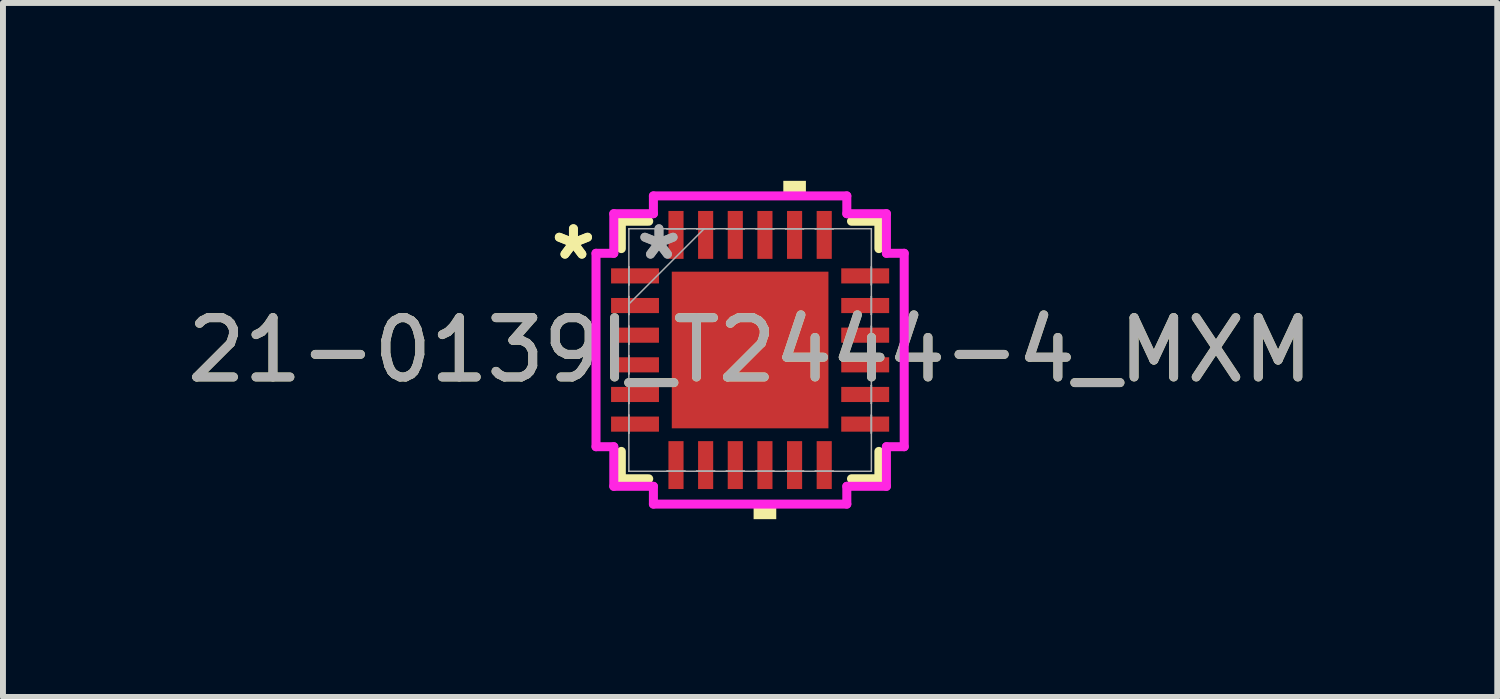
<source format=kicad_pcb>
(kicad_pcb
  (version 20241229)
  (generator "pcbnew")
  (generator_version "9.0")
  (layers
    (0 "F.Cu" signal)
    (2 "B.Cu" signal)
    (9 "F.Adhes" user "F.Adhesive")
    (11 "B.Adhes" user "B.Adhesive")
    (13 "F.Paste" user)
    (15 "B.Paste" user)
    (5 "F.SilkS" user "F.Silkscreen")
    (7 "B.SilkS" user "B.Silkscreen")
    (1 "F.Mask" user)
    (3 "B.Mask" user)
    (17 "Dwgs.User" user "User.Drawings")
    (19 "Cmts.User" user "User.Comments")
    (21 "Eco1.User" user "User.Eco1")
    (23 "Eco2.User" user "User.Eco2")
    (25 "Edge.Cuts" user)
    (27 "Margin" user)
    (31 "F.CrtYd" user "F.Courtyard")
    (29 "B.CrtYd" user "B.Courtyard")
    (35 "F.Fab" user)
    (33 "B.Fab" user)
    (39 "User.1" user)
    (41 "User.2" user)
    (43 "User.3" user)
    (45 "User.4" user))
  (footprint "21-0139I_T2444-4_MXM"
    (layer "F.Cu")
    (at 9.601 2.853)
    (property "Reference" "21-0139I_T2444-4_MXM" (at 0 0 0) (unlocked yes) (layer "F.SilkS") (effects (font (size 1 1) (thickness 0.15))))
    (attr smd)
    (fp_line (start -2.172 -2.172) (end -2.172 -1.71) (stroke (width 0.152) (type solid)) (layer "F.SilkS"))
    (fp_line (start -2.172 1.71) (end -2.172 2.172) (stroke (width 0.152) (type solid)) (layer "F.SilkS"))
    (fp_line (start -2.172 2.172) (end -1.71 2.172) (stroke (width 0.152) (type solid)) (layer "F.SilkS"))
    (fp_line (start -1.71 -2.172) (end -2.172 -2.172) (stroke (width 0.152) (type solid)) (layer "F.SilkS"))
    (fp_line (start 1.71 2.172) (end 2.172 2.172) (stroke (width 0.152) (type solid)) (layer "F.SilkS"))
    (fp_line (start 2.172 -2.172) (end 1.71 -2.172) (stroke (width 0.152) (type solid)) (layer "F.SilkS"))
    (fp_line (start 2.172 -1.71) (end 2.172 -2.172) (stroke (width 0.152) (type solid)) (layer "F.SilkS"))
    (fp_line (start 2.172 2.172) (end 2.172 1.71) (stroke (width 0.152) (type solid)) (layer "F.SilkS"))
    (fp_poly (pts (xy 0.059 2.599) (xy 0.059 2.853) (xy 0.441 2.853) (xy 0.441 2.599)) (stroke (width 0) (type solid)) (fill yes) (layer "F.SilkS"))
    (fp_poly (pts (xy 0.56 -2.599) (xy 0.56 -2.853) (xy 0.941 -2.853) (xy 0.941 -2.599)) (stroke (width 0) (type solid)) (fill yes) (layer "F.SilkS"))
    (fp_poly (pts (xy -1.221 -1.221) (xy -1.221 -0.1) (xy -0.1 -0.1) (xy -0.1 -1.221)) (stroke (width 0) (type solid)) (fill yes) (layer "F.Paste"))
    (fp_poly (pts (xy -1.221 0.1) (xy -1.221 1.221) (xy -0.1 1.221) (xy -0.1 0.1)) (stroke (width 0) (type solid)) (fill yes) (layer "F.Paste"))
    (fp_poly (pts (xy 0.1 -1.221) (xy 0.1 -0.1) (xy 1.221 -0.1) (xy 1.221 -1.221)) (stroke (width 0) (type solid)) (fill yes) (layer "F.Paste"))
    (fp_poly (pts (xy 0.1 0.1) (xy 0.1 1.221) (xy 1.221 1.221) (xy 1.221 0.1)) (stroke (width 0) (type solid)) (fill yes) (layer "F.Paste"))
    (fp_line (start -2.599 -1.631) (end -2.299 -1.631) (stroke (width 0.152) (type solid)) (layer "F.CrtYd"))
    (fp_line (start -2.599 1.631) (end -2.599 -1.631) (stroke (width 0.152) (type solid)) (layer "F.CrtYd"))
    (fp_line (start -2.299 -2.299) (end -1.631 -2.299) (stroke (width 0.152) (type solid)) (layer "F.CrtYd"))
    (fp_line (start -2.299 -1.631) (end -2.299 -2.299) (stroke (width 0.152) (type solid)) (layer "F.CrtYd"))
    (fp_line (start -2.299 1.631) (end -2.599 1.631) (stroke (width 0.152) (type solid)) (layer "F.CrtYd"))
    (fp_line (start -2.299 2.299) (end -2.299 1.631) (stroke (width 0.152) (type solid)) (layer "F.CrtYd"))
    (fp_line (start -1.631 -2.599) (end 1.631 -2.599) (stroke (width 0.152) (type solid)) (layer "F.CrtYd"))
    (fp_line (start -1.631 -2.299) (end -1.631 -2.599) (stroke (width 0.152) (type solid)) (layer "F.CrtYd"))
    (fp_line (start -1.631 2.299) (end -2.299 2.299) (stroke (width 0.152) (type solid)) (layer "F.CrtYd"))
    (fp_line (start -1.631 2.599) (end -1.631 2.299) (stroke (width 0.152) (type solid)) (layer "F.CrtYd"))
    (fp_line (start 1.631 -2.599) (end 1.631 -2.299) (stroke (width 0.152) (type solid)) (layer "F.CrtYd"))
    (fp_line (start 1.631 -2.299) (end 2.299 -2.299) (stroke (width 0.152) (type solid)) (layer "F.CrtYd"))
    (fp_line (start 1.631 2.299) (end 1.631 2.599) (stroke (width 0.152) (type solid)) (layer "F.CrtYd"))
    (fp_line (start 1.631 2.599) (end -1.631 2.599) (stroke (width 0.152) (type solid)) (layer "F.CrtYd"))
    (fp_line (start 2.299 -2.299) (end 2.299 -1.631) (stroke (width 0.152) (type solid)) (layer "F.CrtYd"))
    (fp_line (start 2.299 -1.631) (end 2.599 -1.631) (stroke (width 0.152) (type solid)) (layer "F.CrtYd"))
    (fp_line (start 2.299 1.631) (end 2.299 2.299) (stroke (width 0.152) (type solid)) (layer "F.CrtYd"))
    (fp_line (start 2.299 2.299) (end 1.631 2.299) (stroke (width 0.152) (type solid)) (layer "F.CrtYd"))
    (fp_line (start 2.599 -1.631) (end 2.599 1.631) (stroke (width 0.152) (type solid)) (layer "F.CrtYd"))
    (fp_line (start 2.599 1.631) (end 2.299 1.631) (stroke (width 0.152) (type solid)) (layer "F.CrtYd"))
    (fp_line (start -2.045 -2.045) (end -2.045 -2.045) (stroke (width 0.025) (type solid)) (layer "F.Fab"))
    (fp_line (start -2.045 -2.045) (end -2.045 2.045) (stroke (width 0.025) (type solid)) (layer "F.Fab"))
    (fp_line (start -2.045 -1.402) (end -2.045 -1.402) (stroke (width 0.025) (type solid)) (layer "F.Fab"))
    (fp_line (start -2.045 -1.402) (end -2.045 -1.098) (stroke (width 0.025) (type solid)) (layer "F.Fab"))
    (fp_line (start -2.045 -1.098) (end -2.045 -1.402) (stroke (width 0.025) (type solid)) (layer "F.Fab"))
    (fp_line (start -2.045 -1.098) (end -2.045 -1.098) (stroke (width 0.025) (type solid)) (layer "F.Fab"))
    (fp_line (start -2.045 -0.902) (end -2.045 -0.902) (stroke (width 0.025) (type solid)) (layer "F.Fab"))
    (fp_line (start -2.045 -0.902) (end -2.045 -0.598) (stroke (width 0.025) (type solid)) (layer "F.Fab"))
    (fp_line (start -2.045 -0.775) (end -0.775 -2.045) (stroke (width 0.025) (type solid)) (layer "F.Fab"))
    (fp_line (start -2.045 -0.598) (end -2.045 -0.902) (stroke (width 0.025) (type solid)) (layer "F.Fab"))
    (fp_line (start -2.045 -0.598) (end -2.045 -0.598) (stroke (width 0.025) (type solid)) (layer "F.Fab"))
    (fp_line (start -2.045 -0.402) (end -2.045 -0.402) (stroke (width 0.025) (type solid)) (layer "F.Fab"))
    (fp_line (start -2.045 -0.402) (end -2.045 -0.098) (stroke (width 0.025) (type solid)) (layer "F.Fab"))
    (fp_line (start -2.045 -0.098) (end -2.045 -0.402) (stroke (width 0.025) (type solid)) (layer "F.Fab"))
    (fp_line (start -2.045 -0.098) (end -2.045 -0.098) (stroke (width 0.025) (type solid)) (layer "F.Fab"))
    (fp_line (start -2.045 0.098) (end -2.045 0.098) (stroke (width 0.025) (type solid)) (layer "F.Fab"))
    (fp_line (start -2.045 0.098) (end -2.045 0.402) (stroke (width 0.025) (type solid)) (layer "F.Fab"))
    (fp_line (start -2.045 0.402) (end -2.045 0.098) (stroke (width 0.025) (type solid)) (layer "F.Fab"))
    (fp_line (start -2.045 0.402) (end -2.045 0.402) (stroke (width 0.025) (type solid)) (layer "F.Fab"))
    (fp_line (start -2.045 0.598) (end -2.045 0.598) (stroke (width 0.025) (type solid)) (layer "F.Fab"))
    (fp_line (start -2.045 0.598) (end -2.045 0.902) (stroke (width 0.025) (type solid)) (layer "F.Fab"))
    (fp_line (start -2.045 0.902) (end -2.045 0.598) (stroke (width 0.025) (type solid)) (layer "F.Fab"))
    (fp_line (start -2.045 0.902) (end -2.045 0.902) (stroke (width 0.025) (type solid)) (layer "F.Fab"))
    (fp_line (start -2.045 1.098) (end -2.045 1.098) (stroke (width 0.025) (type solid)) (layer "F.Fab"))
    (fp_line (start -2.045 1.098) (end -2.045 1.402) (stroke (width 0.025) (type solid)) (layer "F.Fab"))
    (fp_line (start -2.045 1.402) (end -2.045 1.098) (stroke (width 0.025) (type solid)) (layer "F.Fab"))
    (fp_line (start -2.045 1.402) (end -2.045 1.402) (stroke (width 0.025) (type solid)) (layer "F.Fab"))
    (fp_line (start -2.045 2.045) (end -2.045 2.045) (stroke (width 0.025) (type solid)) (layer "F.Fab"))
    (fp_line (start -2.045 2.045) (end 2.045 2.045) (stroke (width 0.025) (type solid)) (layer "F.Fab"))
    (fp_line (start -1.402 -2.045) (end -1.402 -2.045) (stroke (width 0.025) (type solid)) (layer "F.Fab"))
    (fp_line (start -1.402 -2.045) (end -1.098 -2.045) (stroke (width 0.025) (type solid)) (layer "F.Fab"))
    (fp_line (start -1.402 2.045) (end -1.402 2.045) (stroke (width 0.025) (type solid)) (layer "F.Fab"))
    (fp_line (start -1.402 2.045) (end -1.098 2.045) (stroke (width 0.025) (type solid)) (layer "F.Fab"))
    (fp_line (start -1.098 -2.045) (end -1.402 -2.045) (stroke (width 0.025) (type solid)) (layer "F.Fab"))
    (fp_line (start -1.098 -2.045) (end -1.098 -2.045) (stroke (width 0.025) (type solid)) (layer "F.Fab"))
    (fp_line (start -1.098 2.045) (end -1.402 2.045) (stroke (width 0.025) (type solid)) (layer "F.Fab"))
    (fp_line (start -1.098 2.045) (end -1.098 2.045) (stroke (width 0.025) (type solid)) (layer "F.Fab"))
    (fp_line (start -0.902 -2.045) (end -0.902 -2.045) (stroke (width 0.025) (type solid)) (layer "F.Fab"))
    (fp_line (start -0.902 -2.045) (end -0.598 -2.045) (stroke (width 0.025) (type solid)) (layer "F.Fab"))
    (fp_line (start -0.902 2.045) (end -0.902 2.045) (stroke (width 0.025) (type solid)) (layer "F.Fab"))
    (fp_line (start -0.902 2.045) (end -0.598 2.045) (stroke (width 0.025) (type solid)) (layer "F.Fab"))
    (fp_line (start -0.598 -2.045) (end -0.902 -2.045) (stroke (width 0.025) (type solid)) (layer "F.Fab"))
    (fp_line (start -0.598 -2.045) (end -0.598 -2.045) (stroke (width 0.025) (type solid)) (layer "F.Fab"))
    (fp_line (start -0.598 2.045) (end -0.902 2.045) (stroke (width 0.025) (type solid)) (layer "F.Fab"))
    (fp_line (start -0.598 2.045) (end -0.598 2.045) (stroke (width 0.025) (type solid)) (layer "F.Fab"))
    (fp_line (start -0.402 -2.045) (end -0.402 -2.045) (stroke (width 0.025) (type solid)) (layer "F.Fab"))
    (fp_line (start -0.402 -2.045) (end -0.098 -2.045) (stroke (width 0.025) (type solid)) (layer "F.Fab"))
    (fp_line (start -0.402 2.045) (end -0.402 2.045) (stroke (width 0.025) (type solid)) (layer "F.Fab"))
    (fp_line (start -0.402 2.045) (end -0.098 2.045) (stroke (width 0.025) (type solid)) (layer "F.Fab"))
    (fp_line (start -0.098 -2.045) (end -0.402 -2.045) (stroke (width 0.025) (type solid)) (layer "F.Fab"))
    (fp_line (start -0.098 -2.045) (end -0.098 -2.045) (stroke (width 0.025) (type solid)) (layer "F.Fab"))
    (fp_line (start -0.098 2.045) (end -0.402 2.045) (stroke (width 0.025) (type solid)) (layer "F.Fab"))
    (fp_line (start -0.098 2.045) (end -0.098 2.045) (stroke (width 0.025) (type solid)) (layer "F.Fab"))
    (fp_line (start 0.098 -2.045) (end 0.098 -2.045) (stroke (width 0.025) (type solid)) (layer "F.Fab"))
    (fp_line (start 0.098 -2.045) (end 0.402 -2.045) (stroke (width 0.025) (type solid)) (layer "F.Fab"))
    (fp_line (start 0.098 2.045) (end 0.098 2.045) (stroke (width 0.025) (type solid)) (layer "F.Fab"))
    (fp_line (start 0.098 2.045) (end 0.402 2.045) (stroke (width 0.025) (type solid)) (layer "F.Fab"))
    (fp_line (start 0.402 -2.045) (end 0.098 -2.045) (stroke (width 0.025) (type solid)) (layer "F.Fab"))
    (fp_line (start 0.402 -2.045) (end 0.402 -2.045) (stroke (width 0.025) (type solid)) (layer "F.Fab"))
    (fp_line (start 0.402 2.045) (end 0.098 2.045) (stroke (width 0.025) (type solid)) (layer "F.Fab"))
    (fp_line (start 0.402 2.045) (end 0.402 2.045) (stroke (width 0.025) (type solid)) (layer "F.Fab"))
    (fp_line (start 0.598 -2.045) (end 0.598 -2.045) (stroke (width 0.025) (type solid)) (layer "F.Fab"))
    (fp_line (start 0.598 -2.045) (end 0.902 -2.045) (stroke (width 0.025) (type solid)) (layer "F.Fab"))
    (fp_line (start 0.598 2.045) (end 0.598 2.045) (stroke (width 0.025) (type solid)) (layer "F.Fab"))
    (fp_line (start 0.598 2.045) (end 0.902 2.045) (stroke (width 0.025) (type solid)) (layer "F.Fab"))
    (fp_line (start 0.902 -2.045) (end 0.598 -2.045) (stroke (width 0.025) (type solid)) (layer "F.Fab"))
    (fp_line (start 0.902 -2.045) (end 0.902 -2.045) (stroke (width 0.025) (type solid)) (layer "F.Fab"))
    (fp_line (start 0.902 2.045) (end 0.598 2.045) (stroke (width 0.025) (type solid)) (layer "F.Fab"))
    (fp_line (start 0.902 2.045) (end 0.902 2.045) (stroke (width 0.025) (type solid)) (layer "F.Fab"))
    (fp_line (start 1.098 -2.045) (end 1.098 -2.045) (stroke (width 0.025) (type solid)) (layer "F.Fab"))
    (fp_line (start 1.098 -2.045) (end 1.402 -2.045) (stroke (width 0.025) (type solid)) (layer "F.Fab"))
    (fp_line (start 1.098 2.045) (end 1.098 2.045) (stroke (width 0.025) (type solid)) (layer "F.Fab"))
    (fp_line (start 1.098 2.045) (end 1.402 2.045) (stroke (width 0.025) (type solid)) (layer "F.Fab"))
    (fp_line (start 1.402 -2.045) (end 1.098 -2.045) (stroke (width 0.025) (type solid)) (layer "F.Fab"))
    (fp_line (start 1.402 -2.045) (end 1.402 -2.045) (stroke (width 0.025) (type solid)) (layer "F.Fab"))
    (fp_line (start 1.402 2.045) (end 1.098 2.045) (stroke (width 0.025) (type solid)) (layer "F.Fab"))
    (fp_line (start 1.402 2.045) (end 1.402 2.045) (stroke (width 0.025) (type solid)) (layer "F.Fab"))
    (fp_line (start 2.045 -2.045) (end -2.045 -2.045) (stroke (width 0.025) (type solid)) (layer "F.Fab"))
    (fp_line (start 2.045 -2.045) (end 2.045 -2.045) (stroke (width 0.025) (type solid)) (layer "F.Fab"))
    (fp_line (start 2.045 -1.402) (end 2.045 -1.402) (stroke (width 0.025) (type solid)) (layer "F.Fab"))
    (fp_line (start 2.045 -1.402) (end 2.045 -1.098) (stroke (width 0.025) (type solid)) (layer "F.Fab"))
    (fp_line (start 2.045 -1.098) (end 2.045 -1.402) (stroke (width 0.025) (type solid)) (layer "F.Fab"))
    (fp_line (start 2.045 -1.098) (end 2.045 -1.098) (stroke (width 0.025) (type solid)) (layer "F.Fab"))
    (fp_line (start 2.045 -0.902) (end 2.045 -0.902) (stroke (width 0.025) (type solid)) (layer "F.Fab"))
    (fp_line (start 2.045 -0.902) (end 2.045 -0.598) (stroke (width 0.025) (type solid)) (layer "F.Fab"))
    (fp_line (start 2.045 -0.598) (end 2.045 -0.902) (stroke (width 0.025) (type solid)) (layer "F.Fab"))
    (fp_line (start 2.045 -0.598) (end 2.045 -0.598) (stroke (width 0.025) (type solid)) (layer "F.Fab"))
    (fp_line (start 2.045 -0.402) (end 2.045 -0.402) (stroke (width 0.025) (type solid)) (layer "F.Fab"))
    (fp_line (start 2.045 -0.402) (end 2.045 -0.098) (stroke (width 0.025) (type solid)) (layer "F.Fab"))
    (fp_line (start 2.045 -0.098) (end 2.045 -0.402) (stroke (width 0.025) (type solid)) (layer "F.Fab"))
    (fp_line (start 2.045 -0.098) (end 2.045 -0.098) (stroke (width 0.025) (type solid)) (layer "F.Fab"))
    (fp_line (start 2.045 0.098) (end 2.045 0.098) (stroke (width 0.025) (type solid)) (layer "F.Fab"))
    (fp_line (start 2.045 0.098) (end 2.045 0.402) (stroke (width 0.025) (type solid)) (layer "F.Fab"))
    (fp_line (start 2.045 0.402) (end 2.045 0.098) (stroke (width 0.025) (type solid)) (layer "F.Fab"))
    (fp_line (start 2.045 0.402) (end 2.045 0.402) (stroke (width 0.025) (type solid)) (layer "F.Fab"))
    (fp_line (start 2.045 0.598) (end 2.045 0.598) (stroke (width 0.025) (type solid)) (layer "F.Fab"))
    (fp_line (start 2.045 0.598) (end 2.045 0.902) (stroke (width 0.025) (type solid)) (layer "F.Fab"))
    (fp_line (start 2.045 0.902) (end 2.045 0.598) (stroke (width 0.025) (type solid)) (layer "F.Fab"))
    (fp_line (start 2.045 0.902) (end 2.045 0.902) (stroke (width 0.025) (type solid)) (layer "F.Fab"))
    (fp_line (start 2.045 1.098) (end 2.045 1.098) (stroke (width 0.025) (type solid)) (layer "F.Fab"))
    (fp_line (start 2.045 1.098) (end 2.045 1.402) (stroke (width 0.025) (type solid)) (layer "F.Fab"))
    (fp_line (start 2.045 1.402) (end 2.045 1.098) (stroke (width 0.025) (type solid)) (layer "F.Fab"))
    (fp_line (start 2.045 1.402) (end 2.045 1.402) (stroke (width 0.025) (type solid)) (layer "F.Fab"))
    (fp_line (start 2.045 2.045) (end 2.045 -2.045) (stroke (width 0.025) (type solid)) (layer "F.Fab"))
    (fp_line (start 2.045 2.045) (end 2.045 2.045) (stroke (width 0.025) (type solid)) (layer "F.Fab"))
    (fp_text user "*" (at -2.98 -1.5 0) (layer "F.SilkS") (effects (font (size 1 1) (thickness 0.15))))
    (fp_text user "*" (at -2.98 -1.5 0) (unlocked yes) (layer "F.SilkS") (effects (font (size 1 1) (thickness 0.15))))
    (fp_text user "${REFERENCE}" (at 0 0 0) (unlocked yes) (layer "F.Fab") (effects (font (size 1 1) (thickness 0.15))))
    (fp_text user "*" (at -1.537 -1.5 0) (layer "F.Fab") (effects (font (size 1 1) (thickness 0.15))))
    (fp_text user "*" (at -1.537 -1.5 0) (unlocked yes) (layer "F.Fab") (effects (font (size 1 1) (thickness 0.15))))
    (pad "1" smd rect (at -1.941 -1.25 90) (size 0.255 0.808) (layers "F.Cu" "F.Mask" "F.Paste"))
    (pad "2" smd rect (at -1.941 -0.75 90) (size 0.255 0.808) (layers "F.Cu" "F.Mask" "F.Paste"))
    (pad "3" smd rect (at -1.941 -0.25 90) (size 0.255 0.808) (layers "F.Cu" "F.Mask" "F.Paste"))
    (pad "4" smd rect (at -1.941 0.25 90) (size 0.255 0.808) (layers "F.Cu" "F.Mask" "F.Paste"))
    (pad "5" smd rect (at -1.941 0.75 90) (size 0.255 0.808) (layers "F.Cu" "F.Mask" "F.Paste"))
    (pad "6" smd rect (at -1.941 1.25 90) (size 0.255 0.808) (layers "F.Cu" "F.Mask" "F.Paste"))
    (pad "7" smd rect (at -1.25 1.941) (size 0.255 0.808) (layers "F.Cu" "F.Mask" "F.Paste"))
    (pad "8" smd rect (at -0.75 1.941) (size 0.255 0.808) (layers "F.Cu" "F.Mask" "F.Paste"))
    (pad "9" smd rect (at -0.25 1.941) (size 0.255 0.808) (layers "F.Cu" "F.Mask" "F.Paste"))
    (pad "10" smd rect (at 0.25 1.941) (size 0.255 0.808) (layers "F.Cu" "F.Mask" "F.Paste"))
    (pad "11" smd rect (at 0.75 1.941) (size 0.255 0.808) (layers "F.Cu" "F.Mask" "F.Paste"))
    (pad "12" smd rect (at 1.25 1.941) (size 0.255 0.808) (layers "F.Cu" "F.Mask" "F.Paste"))
    (pad "13" smd rect (at 1.941 1.25 90) (size 0.255 0.808) (layers "F.Cu" "F.Mask" "F.Paste"))
    (pad "14" smd rect (at 1.941 0.75 90) (size 0.255 0.808) (layers "F.Cu" "F.Mask" "F.Paste"))
    (pad "15" smd rect (at 1.941 0.25 90) (size 0.255 0.808) (layers "F.Cu" "F.Mask" "F.Paste"))
    (pad "16" smd rect (at 1.941 -0.25 90) (size 0.255 0.808) (layers "F.Cu" "F.Mask" "F.Paste"))
    (pad "17" smd rect (at 1.941 -0.75 90) (size 0.255 0.808) (layers "F.Cu" "F.Mask" "F.Paste"))
    (pad "18" smd rect (at 1.941 -1.25 90) (size 0.255 0.808) (layers "F.Cu" "F.Mask" "F.Paste"))
    (pad "19" smd rect (at 1.25 -1.941) (size 0.255 0.808) (layers "F.Cu" "F.Mask" "F.Paste"))
    (pad "20" smd rect (at 0.75 -1.941) (size 0.255 0.808) (layers "F.Cu" "F.Mask" "F.Paste"))
    (pad "21" smd rect (at 0.25 -1.941) (size 0.255 0.808) (layers "F.Cu" "F.Mask" "F.Paste"))
    (pad "22" smd rect (at -0.25 -1.941) (size 0.255 0.808) (layers "F.Cu" "F.Mask" "F.Paste"))
    (pad "23" smd rect (at -0.75 -1.941) (size 0.255 0.808) (layers "F.Cu" "F.Mask" "F.Paste"))
    (pad "24" smd rect (at -1.25 -1.941) (size 0.255 0.808) (layers "F.Cu" "F.Mask" "F.Paste"))
    (pad "25" smd rect (at 0 0) (size 2.642 2.642) (layers "F.Cu" "F.Mask" "F.Paste")))
  (gr_rect
    (start -3 -3)
    (end 22.202 8.705)
    (stroke (width 0.1) (type default))
    (fill no)
    (layer "Edge.Cuts")))
</source>
